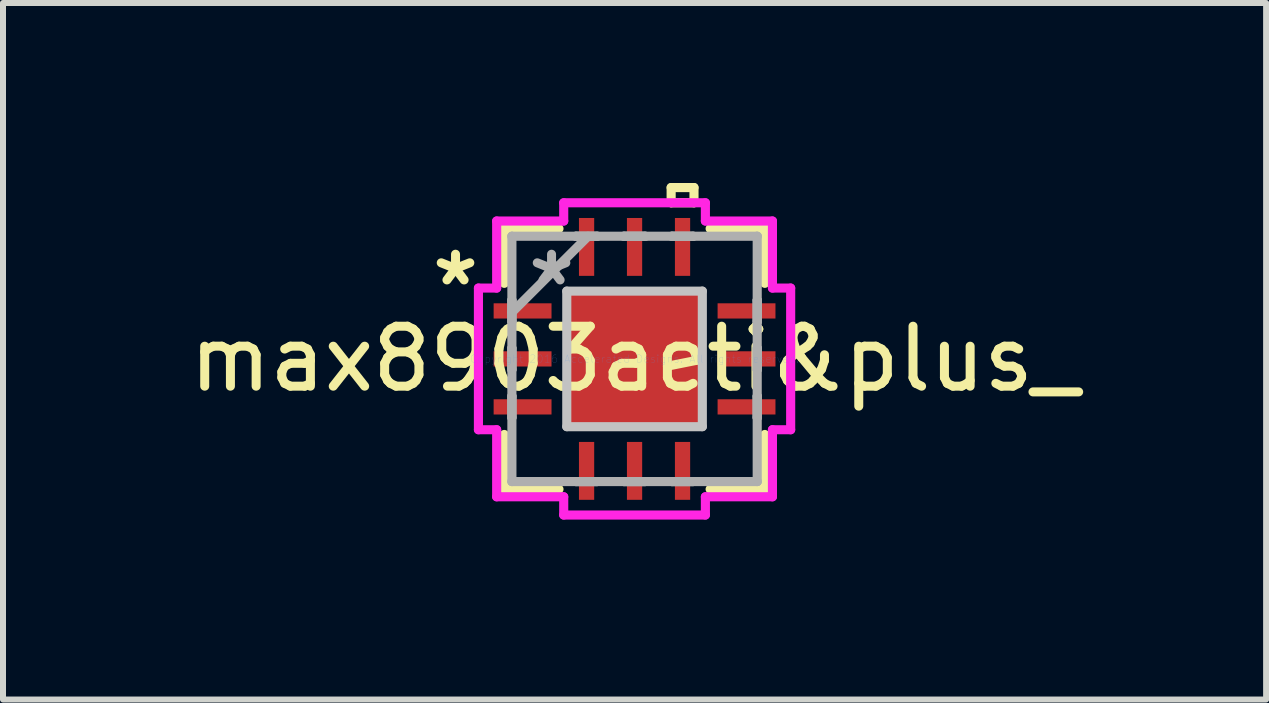
<source format=kicad_pcb>
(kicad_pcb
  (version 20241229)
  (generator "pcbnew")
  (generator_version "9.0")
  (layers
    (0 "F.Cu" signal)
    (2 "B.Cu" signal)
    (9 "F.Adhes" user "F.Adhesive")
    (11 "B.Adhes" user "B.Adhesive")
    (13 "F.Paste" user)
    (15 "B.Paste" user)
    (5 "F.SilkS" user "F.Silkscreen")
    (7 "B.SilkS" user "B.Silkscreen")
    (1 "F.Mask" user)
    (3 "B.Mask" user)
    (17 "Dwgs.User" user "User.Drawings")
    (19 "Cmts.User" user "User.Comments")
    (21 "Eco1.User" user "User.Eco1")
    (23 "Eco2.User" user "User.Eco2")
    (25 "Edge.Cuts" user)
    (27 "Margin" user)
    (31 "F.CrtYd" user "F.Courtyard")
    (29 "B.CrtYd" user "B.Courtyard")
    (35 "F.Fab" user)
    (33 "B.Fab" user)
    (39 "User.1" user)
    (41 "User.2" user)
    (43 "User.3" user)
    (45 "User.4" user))
  (footprint "max8903aeti&plus_"
    (layer "F.Cu")
    (at 7.53 2.934)
    (property "Reference" "max8903aeti&plus_" (at 0 0 0) (layer "F.SilkS") (effects (font (size 1 1) (thickness 0.15))))
    (attr through_hole)
    (fp_line (start -2.172 -2.172) (end -2.172 -1.26) (stroke (width 0.152) (type solid)) (layer "F.SilkS"))
    (fp_line (start -2.172 1.26) (end -2.172 2.172) (stroke (width 0.152) (type solid)) (layer "F.SilkS"))
    (fp_line (start -2.172 2.172) (end -1.26 2.172) (stroke (width 0.152) (type solid)) (layer "F.SilkS"))
    (fp_line (start -1.26 -2.172) (end -2.172 -2.172) (stroke (width 0.152) (type solid)) (layer "F.SilkS"))
    (fp_line (start 0.61 -2.857) (end 0.991 -2.857) (stroke (width 0.152) (type solid)) (layer "F.SilkS"))
    (fp_line (start 0.61 -2.603) (end 0.61 -2.857) (stroke (width 0.152) (type solid)) (layer "F.SilkS"))
    (fp_line (start 0.991 -2.857) (end 0.991 -2.603) (stroke (width 0.152) (type solid)) (layer "F.SilkS"))
    (fp_line (start 0.991 -2.603) (end 0.61 -2.603) (stroke (width 0.152) (type solid)) (layer "F.SilkS"))
    (fp_line (start 1.26 2.172) (end 2.172 2.172) (stroke (width 0.152) (type solid)) (layer "F.SilkS"))
    (fp_line (start 2.172 -2.172) (end 1.26 -2.172) (stroke (width 0.152) (type solid)) (layer "F.SilkS"))
    (fp_line (start 2.172 -1.26) (end 2.172 -2.172) (stroke (width 0.152) (type solid)) (layer "F.SilkS"))
    (fp_line (start 2.172 2.172) (end 2.172 1.26) (stroke (width 0.152) (type solid)) (layer "F.SilkS"))
    (fp_line (start -1.13 -1.13) (end -1.13 1.13) (stroke (width 0.152) (type solid)) (layer "Dwgs.User"))
    (fp_line (start -1.13 1.13) (end 1.13 1.13) (stroke (width 0.152) (type solid)) (layer "Dwgs.User"))
    (fp_line (start 1.13 -1.13) (end -1.13 -1.13) (stroke (width 0.152) (type solid)) (layer "Dwgs.User"))
    (fp_line (start 1.13 1.13) (end 1.13 -1.13) (stroke (width 0.152) (type solid)) (layer "Dwgs.User"))
    (fp_line (start -2.603 -1.181) (end -2.299 -1.181) (stroke (width 0.152) (type solid)) (layer "F.CrtYd"))
    (fp_line (start -2.603 1.181) (end -2.603 -1.181) (stroke (width 0.152) (type solid)) (layer "F.CrtYd"))
    (fp_line (start -2.299 -2.299) (end -1.181 -2.299) (stroke (width 0.152) (type solid)) (layer "F.CrtYd"))
    (fp_line (start -2.299 -1.181) (end -2.299 -2.299) (stroke (width 0.152) (type solid)) (layer "F.CrtYd"))
    (fp_line (start -2.299 1.181) (end -2.603 1.181) (stroke (width 0.152) (type solid)) (layer "F.CrtYd"))
    (fp_line (start -2.299 2.299) (end -2.299 1.181) (stroke (width 0.152) (type solid)) (layer "F.CrtYd"))
    (fp_line (start -1.181 -2.603) (end 1.181 -2.603) (stroke (width 0.152) (type solid)) (layer "F.CrtYd"))
    (fp_line (start -1.181 -2.299) (end -1.181 -2.603) (stroke (width 0.152) (type solid)) (layer "F.CrtYd"))
    (fp_line (start -1.181 2.299) (end -2.299 2.299) (stroke (width 0.152) (type solid)) (layer "F.CrtYd"))
    (fp_line (start -1.181 2.603) (end -1.181 2.299) (stroke (width 0.152) (type solid)) (layer "F.CrtYd"))
    (fp_line (start 1.181 -2.603) (end 1.181 -2.299) (stroke (width 0.152) (type solid)) (layer "F.CrtYd"))
    (fp_line (start 1.181 -2.299) (end 2.299 -2.299) (stroke (width 0.152) (type solid)) (layer "F.CrtYd"))
    (fp_line (start 1.181 2.299) (end 1.181 2.603) (stroke (width 0.152) (type solid)) (layer "F.CrtYd"))
    (fp_line (start 1.181 2.603) (end -1.181 2.603) (stroke (width 0.152) (type solid)) (layer "F.CrtYd"))
    (fp_line (start 2.299 -2.299) (end 2.299 -1.181) (stroke (width 0.152) (type solid)) (layer "F.CrtYd"))
    (fp_line (start 2.299 -1.181) (end 2.603 -1.181) (stroke (width 0.152) (type solid)) (layer "F.CrtYd"))
    (fp_line (start 2.299 1.181) (end 2.299 2.299) (stroke (width 0.152) (type solid)) (layer "F.CrtYd"))
    (fp_line (start 2.299 2.299) (end 1.181 2.299) (stroke (width 0.152) (type solid)) (layer "F.CrtYd"))
    (fp_line (start 2.603 -1.181) (end 2.603 1.181) (stroke (width 0.152) (type solid)) (layer "F.CrtYd"))
    (fp_line (start 2.603 1.181) (end 2.299 1.181) (stroke (width 0.152) (type solid)) (layer "F.CrtYd"))
    (fp_line (start -2.045 -2.045) (end -2.045 -2.045) (stroke (width 0.152) (type solid)) (layer "F.Fab"))
    (fp_line (start -2.045 -2.045) (end -2.045 2.045) (stroke (width 0.152) (type solid)) (layer "F.Fab"))
    (fp_line (start -2.045 -0.978) (end -2.045 -0.978) (stroke (width 0.152) (type solid)) (layer "F.Fab"))
    (fp_line (start -2.045 -0.978) (end -2.045 -0.622) (stroke (width 0.152) (type solid)) (layer "F.Fab"))
    (fp_line (start -2.045 -0.775) (end -0.775 -2.045) (stroke (width 0.152) (type solid)) (layer "F.Fab"))
    (fp_line (start -2.045 -0.622) (end -2.045 -0.978) (stroke (width 0.152) (type solid)) (layer "F.Fab"))
    (fp_line (start -2.045 -0.622) (end -2.045 -0.622) (stroke (width 0.152) (type solid)) (layer "F.Fab"))
    (fp_line (start -2.045 -0.178) (end -2.045 -0.178) (stroke (width 0.152) (type solid)) (layer "F.Fab"))
    (fp_line (start -2.045 -0.178) (end -2.045 0.178) (stroke (width 0.152) (type solid)) (layer "F.Fab"))
    (fp_line (start -2.045 0.178) (end -2.045 -0.178) (stroke (width 0.152) (type solid)) (layer "F.Fab"))
    (fp_line (start -2.045 0.178) (end -2.045 0.178) (stroke (width 0.152) (type solid)) (layer "F.Fab"))
    (fp_line (start -2.045 0.622) (end -2.045 0.622) (stroke (width 0.152) (type solid)) (layer "F.Fab"))
    (fp_line (start -2.045 0.622) (end -2.045 0.978) (stroke (width 0.152) (type solid)) (layer "F.Fab"))
    (fp_line (start -2.045 0.978) (end -2.045 0.622) (stroke (width 0.152) (type solid)) (layer "F.Fab"))
    (fp_line (start -2.045 0.978) (end -2.045 0.978) (stroke (width 0.152) (type solid)) (layer "F.Fab"))
    (fp_line (start -2.045 2.045) (end -2.045 2.045) (stroke (width 0.152) (type solid)) (layer "F.Fab"))
    (fp_line (start -2.045 2.045) (end 2.045 2.045) (stroke (width 0.152) (type solid)) (layer "F.Fab"))
    (fp_line (start -0.978 -2.045) (end -0.978 -2.045) (stroke (width 0.152) (type solid)) (layer "F.Fab"))
    (fp_line (start -0.978 -2.045) (end -0.622 -2.045) (stroke (width 0.152) (type solid)) (layer "F.Fab"))
    (fp_line (start -0.978 2.045) (end -0.978 2.045) (stroke (width 0.152) (type solid)) (layer "F.Fab"))
    (fp_line (start -0.978 2.045) (end -0.622 2.045) (stroke (width 0.152) (type solid)) (layer "F.Fab"))
    (fp_line (start -0.622 -2.045) (end -0.978 -2.045) (stroke (width 0.152) (type solid)) (layer "F.Fab"))
    (fp_line (start -0.622 -2.045) (end -0.622 -2.045) (stroke (width 0.152) (type solid)) (layer "F.Fab"))
    (fp_line (start -0.622 2.045) (end -0.978 2.045) (stroke (width 0.152) (type solid)) (layer "F.Fab"))
    (fp_line (start -0.622 2.045) (end -0.622 2.045) (stroke (width 0.152) (type solid)) (layer "F.Fab"))
    (fp_line (start -0.178 -2.045) (end -0.178 -2.045) (stroke (width 0.152) (type solid)) (layer "F.Fab"))
    (fp_line (start -0.178 -2.045) (end 0.178 -2.045) (stroke (width 0.152) (type solid)) (layer "F.Fab"))
    (fp_line (start -0.178 2.045) (end -0.178 2.045) (stroke (width 0.152) (type solid)) (layer "F.Fab"))
    (fp_line (start -0.178 2.045) (end 0.178 2.045) (stroke (width 0.152) (type solid)) (layer "F.Fab"))
    (fp_line (start 0.178 -2.045) (end -0.178 -2.045) (stroke (width 0.152) (type solid)) (layer "F.Fab"))
    (fp_line (start 0.178 -2.045) (end 0.178 -2.045) (stroke (width 0.152) (type solid)) (layer "F.Fab"))
    (fp_line (start 0.178 2.045) (end -0.178 2.045) (stroke (width 0.152) (type solid)) (layer "F.Fab"))
    (fp_line (start 0.178 2.045) (end 0.178 2.045) (stroke (width 0.152) (type solid)) (layer "F.Fab"))
    (fp_line (start 0.622 -2.045) (end 0.622 -2.045) (stroke (width 0.152) (type solid)) (layer "F.Fab"))
    (fp_line (start 0.622 -2.045) (end 0.978 -2.045) (stroke (width 0.152) (type solid)) (layer "F.Fab"))
    (fp_line (start 0.622 2.045) (end 0.622 2.045) (stroke (width 0.152) (type solid)) (layer "F.Fab"))
    (fp_line (start 0.622 2.045) (end 0.978 2.045) (stroke (width 0.152) (type solid)) (layer "F.Fab"))
    (fp_line (start 0.978 -2.045) (end 0.622 -2.045) (stroke (width 0.152) (type solid)) (layer "F.Fab"))
    (fp_line (start 0.978 -2.045) (end 0.978 -2.045) (stroke (width 0.152) (type solid)) (layer "F.Fab"))
    (fp_line (start 0.978 2.045) (end 0.622 2.045) (stroke (width 0.152) (type solid)) (layer "F.Fab"))
    (fp_line (start 0.978 2.045) (end 0.978 2.045) (stroke (width 0.152) (type solid)) (layer "F.Fab"))
    (fp_line (start 2.045 -2.045) (end -2.045 -2.045) (stroke (width 0.152) (type solid)) (layer "F.Fab"))
    (fp_line (start 2.045 -2.045) (end 2.045 -2.045) (stroke (width 0.152) (type solid)) (layer "F.Fab"))
    (fp_line (start 2.045 -0.978) (end 2.045 -0.978) (stroke (width 0.152) (type solid)) (layer "F.Fab"))
    (fp_line (start 2.045 -0.978) (end 2.045 -0.622) (stroke (width 0.152) (type solid)) (layer "F.Fab"))
    (fp_line (start 2.045 -0.622) (end 2.045 -0.978) (stroke (width 0.152) (type solid)) (layer "F.Fab"))
    (fp_line (start 2.045 -0.622) (end 2.045 -0.622) (stroke (width 0.152) (type solid)) (layer "F.Fab"))
    (fp_line (start 2.045 -0.178) (end 2.045 -0.178) (stroke (width 0.152) (type solid)) (layer "F.Fab"))
    (fp_line (start 2.045 -0.178) (end 2.045 0.178) (stroke (width 0.152) (type solid)) (layer "F.Fab"))
    (fp_line (start 2.045 0.178) (end 2.045 -0.178) (stroke (width 0.152) (type solid)) (layer "F.Fab"))
    (fp_line (start 2.045 0.178) (end 2.045 0.178) (stroke (width 0.152) (type solid)) (layer "F.Fab"))
    (fp_line (start 2.045 0.622) (end 2.045 0.622) (stroke (width 0.152) (type solid)) (layer "F.Fab"))
    (fp_line (start 2.045 0.622) (end 2.045 0.978) (stroke (width 0.152) (type solid)) (layer "F.Fab"))
    (fp_line (start 2.045 0.978) (end 2.045 0.622) (stroke (width 0.152) (type solid)) (layer "F.Fab"))
    (fp_line (start 2.045 0.978) (end 2.045 0.978) (stroke (width 0.152) (type solid)) (layer "F.Fab"))
    (fp_line (start 2.045 2.045) (end 2.045 -2.045) (stroke (width 0.152) (type solid)) (layer "F.Fab"))
    (fp_line (start 2.045 2.045) (end 2.045 2.045) (stroke (width 0.152) (type solid)) (layer "F.Fab"))
    (fp_text user "*" (at -2.985 -1.2 0) (layer "F.SilkS") (effects (font (size 1 1) (thickness 0.15))))
    (fp_text user "Copyright 2016 Accelerated Designs. All rights reserved." (at 0 0 0) (layer "Cmts.User") (effects (font (size 0.127 0.127) (thickness 0.002))))
    (fp_text user "*" (at -1.384 -1.2 0) (layer "F.Fab") (effects (font (size 1 1) (thickness 0.15))))
    (pad "1" smd rect (at -1.867 -0.8 90) (size 0.254 0.965) (layers "F.Cu" "F.Mask" "F.Paste"))
    (pad "2" smd rect (at -1.867 0 90) (size 0.254 0.965) (layers "F.Cu" "F.Mask" "F.Paste"))
    (pad "3" smd rect (at -1.867 0.8 90) (size 0.254 0.965) (layers "F.Cu" "F.Mask" "F.Paste"))
    (pad "4" smd rect (at -0.8 1.867) (size 0.254 0.965) (layers "F.Cu" "F.Mask" "F.Paste"))
    (pad "5" smd rect (at 0 1.867) (size 0.254 0.965) (layers "F.Cu" "F.Mask" "F.Paste"))
    (pad "6" smd rect (at 0.8 1.867) (size 0.254 0.965) (layers "F.Cu" "F.Mask" "F.Paste"))
    (pad "7" smd rect (at 1.867 0.8 90) (size 0.254 0.965) (layers "F.Cu" "F.Mask" "F.Paste"))
    (pad "8" smd rect (at 1.867 0 90) (size 0.254 0.965) (layers "F.Cu" "F.Mask" "F.Paste"))
    (pad "9" smd rect (at 1.867 -0.8 90) (size 0.254 0.965) (layers "F.Cu" "F.Mask" "F.Paste"))
    (pad "10" smd rect (at 0.8 -1.867) (size 0.254 0.965) (layers "F.Cu" "F.Mask" "F.Paste"))
    (pad "11" smd rect (at 0 -1.867) (size 0.254 0.965) (layers "F.Cu" "F.Mask" "F.Paste"))
    (pad "12" smd rect (at -0.8 -1.867) (size 0.254 0.965) (layers "F.Cu" "F.Mask" "F.Paste"))
    (pad "13" smd rect (at 0 0) (size 2.261 2.261) (layers "F.Cu" "F.Mask" "F.Paste")))
  (gr_rect
    (start -3 -3)
    (end 18.06 8.613)
    (stroke (width 0.1) (type default))
    (fill no)
    (layer "Edge.Cuts")))
</source>
